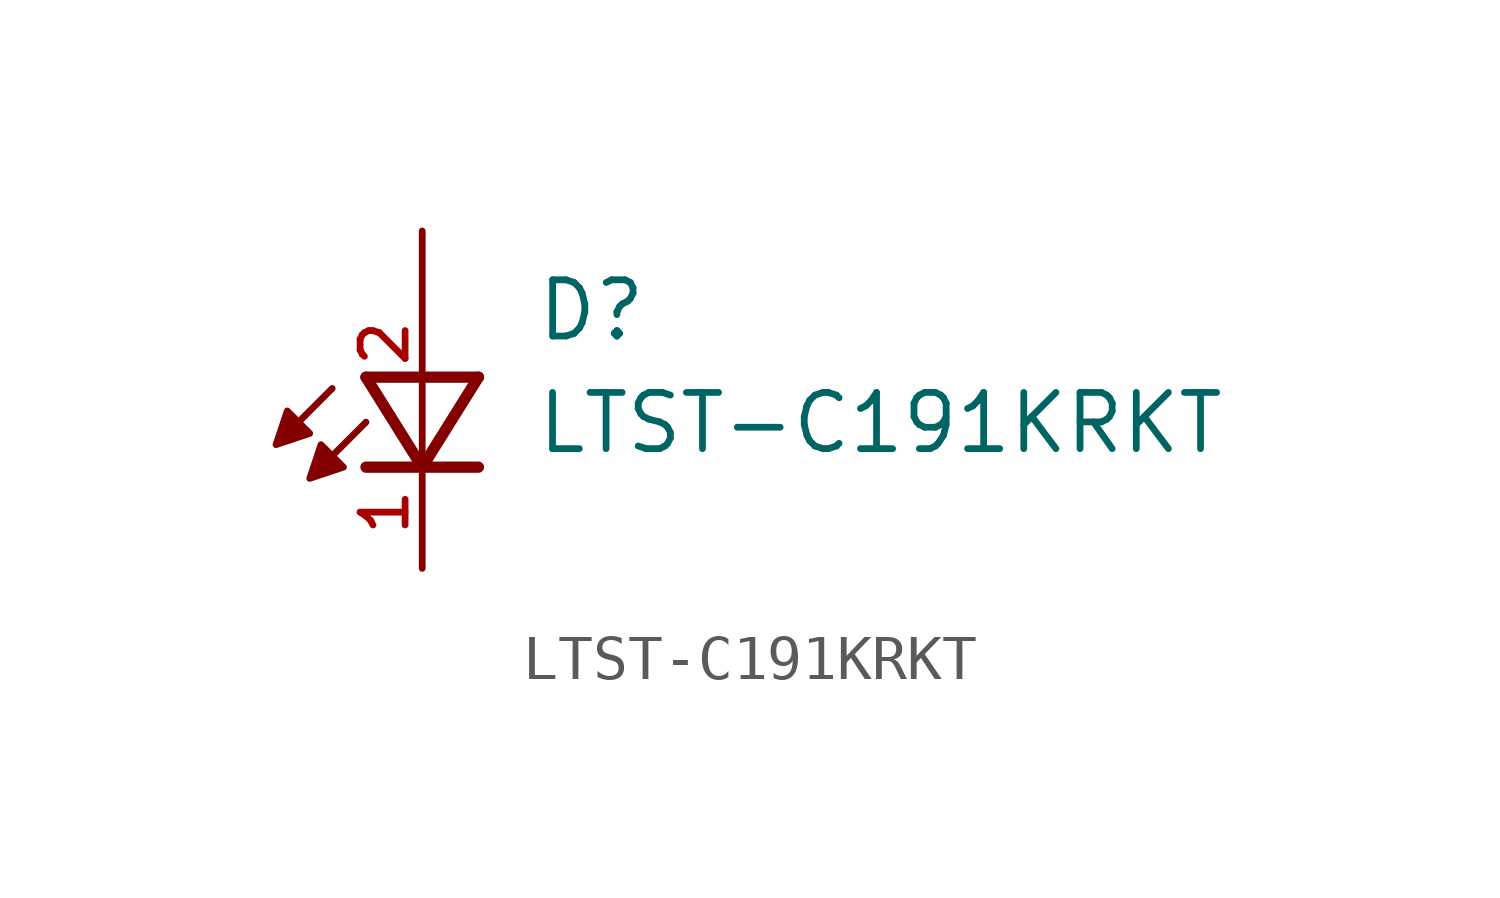
<source format=kicad_sym>
(kicad_symbol_lib
  (version 20211014)
  (generator kicad_symbol_editor)
  (symbol "LTST-C191KRKT"
    (pin_names
      (offset 1.016))
    (property "Reference" "D"
      (at 2.544 2.544 0)
      (effects (font (size 1.27 1.27)) (justify bottom left)))
    (property "Value" "LTST-C191KRKT"
      (at 2.541 0.0 0)
      (effects (font (size 1.27 1.27)) (justify bottom left)))
    (symbol "LTST-C191KRKT_0_0"
      (polyline (pts (xy 1.27 1.778) (xy 0.0 -0.254)) (stroke (width 0.254)))
      (polyline (pts (xy 0.0 -0.254) (xy -1.27 1.778)) (stroke (width 0.254)))
      (polyline (pts (xy 1.27 -0.254) (xy 0.0 -0.254)) (stroke (width 0.254)))
      (polyline (pts (xy 0.0 -0.254) (xy -1.27 -0.254)) (stroke (width 0.254)))
      (polyline (pts (xy 1.27 1.778) (xy -1.27 1.778)) (stroke (width 0.254)))
      (polyline (pts (xy -2.032 1.524) (xy -2.921 0.635)) (stroke (width 0.152)))
      (polyline (pts (xy -1.27 0.762) (xy -2.159 -0.127)) (stroke (width 0.152)))
      (polyline (pts (xy -3.048 1.016) (xy -3.302 0.254) (xy -2.54 0.508) (xy -3.048 1.016)) (stroke (width 0.152)) (fill (type outline)))
      (polyline (pts (xy -2.286 0.254) (xy -2.54 -0.508) (xy -1.778 -0.254) (xy -2.286 0.254)) (stroke (width 0.152)) (fill (type outline)))
      (pin passive line (at 0.0 5.08 270.0) (length 5.08) (name "~" (effects (font (size 1.016 1.016)))) (number "2" (effects (font (size 1.016 1.016)))))
      (pin passive line (at 0.0 -2.54 90.0) (length 2.54) (name "~" (effects (font (size 1.016 1.016)))) (number "1" (effects (font (size 1.016 1.016))))))))
</source>
